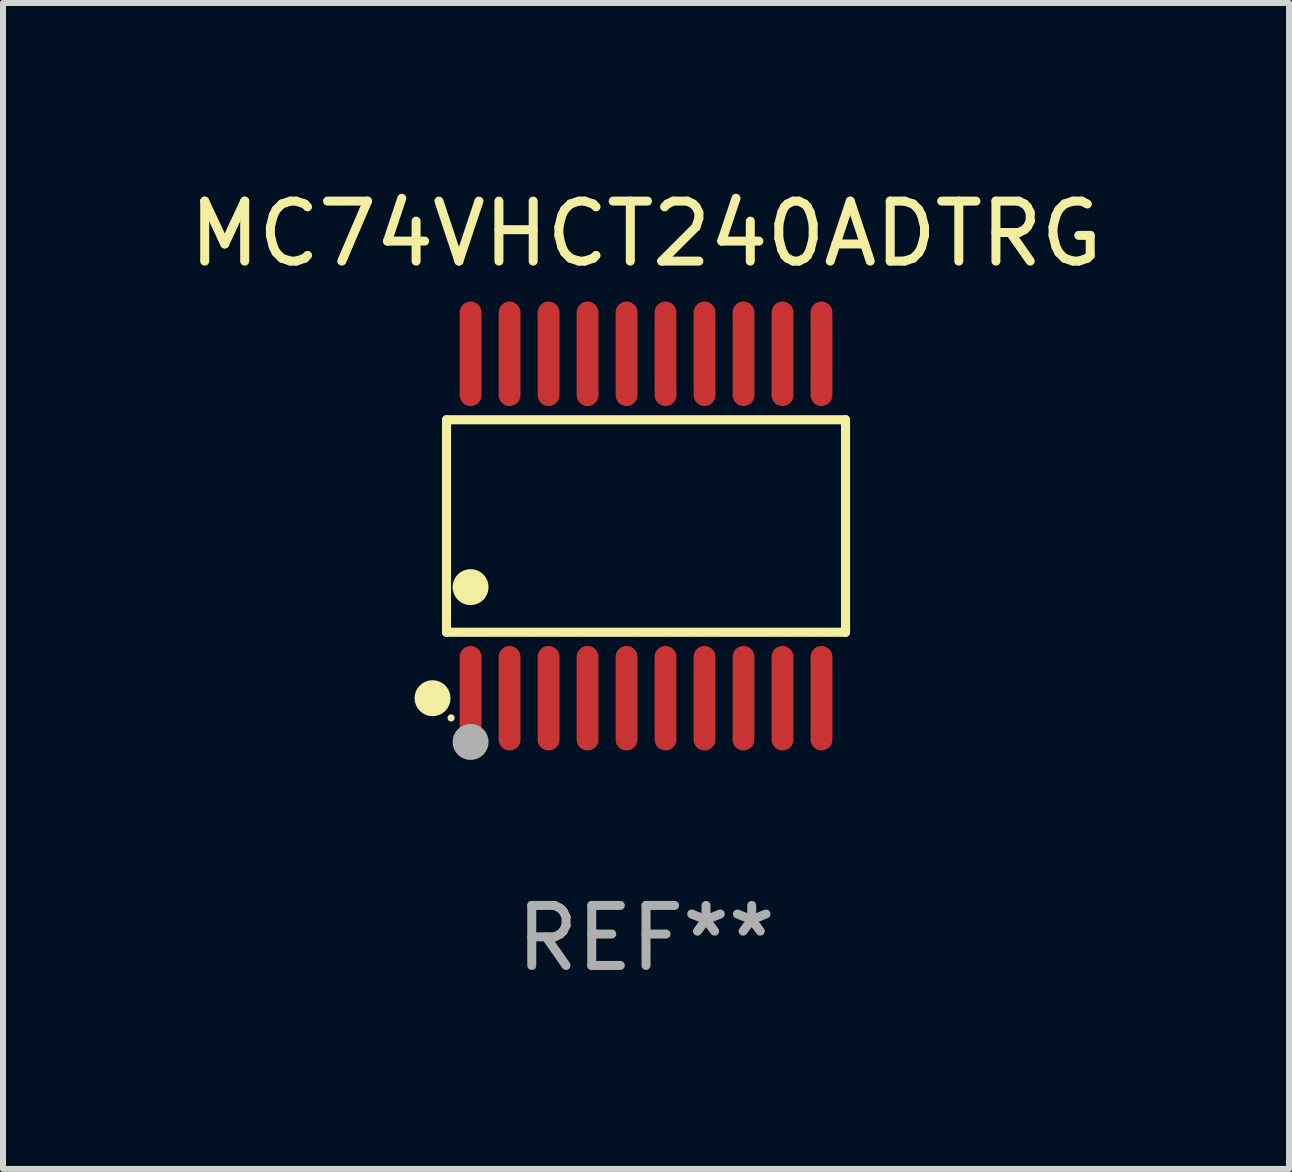
<source format=kicad_pcb>
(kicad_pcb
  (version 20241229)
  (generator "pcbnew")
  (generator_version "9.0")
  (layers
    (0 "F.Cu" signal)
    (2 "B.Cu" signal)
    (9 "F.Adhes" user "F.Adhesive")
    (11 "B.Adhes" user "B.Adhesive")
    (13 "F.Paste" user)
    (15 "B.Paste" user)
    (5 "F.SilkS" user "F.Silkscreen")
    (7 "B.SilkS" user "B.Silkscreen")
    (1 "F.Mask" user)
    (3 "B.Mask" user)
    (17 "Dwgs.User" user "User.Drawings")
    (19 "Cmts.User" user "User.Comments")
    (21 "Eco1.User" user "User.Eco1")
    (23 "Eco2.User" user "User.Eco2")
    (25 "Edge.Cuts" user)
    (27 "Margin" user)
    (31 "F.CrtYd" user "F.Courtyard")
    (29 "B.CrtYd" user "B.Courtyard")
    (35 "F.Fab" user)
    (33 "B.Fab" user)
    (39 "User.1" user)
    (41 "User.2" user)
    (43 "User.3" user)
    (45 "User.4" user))
  (footprint "MC74VHCT240ADTRG"
    (layer "F.Cu")
    (at 7.72 5.719)
    (property "Reference" "MC74VHCT240ADTRG" (at 0 -4.871 0) (layer "F.SilkS") (effects (font (size 1 1) (thickness 0.15))))
    (attr through_hole)
    (fp_line (start -3.326 -1.771) (end 3.326 -1.771) (stroke (width 0.152) (type solid)) (layer "F.SilkS"))
    (fp_line (start -3.326 1.771) (end -3.326 -1.771) (stroke (width 0.152) (type solid)) (layer "F.SilkS"))
    (fp_line (start 3.326 -1.771) (end 3.326 1.771) (stroke (width 0.152) (type solid)) (layer "F.SilkS"))
    (fp_line (start 3.326 1.771) (end -3.326 1.771) (stroke (width 0.152) (type solid)) (layer "F.SilkS"))
    (fp_circle (center -3.559 2.871) (end -3.409 2.871) (stroke (width 0.3) (type solid)) (fill no) (layer "F.SilkS"))
    (fp_circle (center -3.25 3.2) (end -3.22 3.2) (stroke (width 0.06) (type solid)) (fill no) (layer "F.SilkS"))
    (fp_circle (center -2.925 1.019) (end -2.775 1.019) (stroke (width 0.3) (type solid)) (fill no) (layer "F.SilkS"))
    (fp_circle (center -2.925 3.6) (end -2.775 3.6) (stroke (width 0.3) (type solid)) (fill no) (layer "F.Fab"))
    (fp_text user "REF**" (at 0 6.871 0) (layer "F.Fab") (effects (font (size 1 1) (thickness 0.15))))
    (pad "1" smd oval (at -2.925 2.871) (size 0.364 1.742) (layers "F.Cu" "F.Mask" "F.Paste"))
    (pad "2" smd oval (at -2.275 2.871) (size 0.364 1.742) (layers "F.Cu" "F.Mask" "F.Paste"))
    (pad "3" smd oval (at -1.625 2.871) (size 0.364 1.742) (layers "F.Cu" "F.Mask" "F.Paste"))
    (pad "4" smd oval (at -0.975 2.871) (size 0.364 1.742) (layers "F.Cu" "F.Mask" "F.Paste"))
    (pad "5" smd oval (at -0.325 2.871) (size 0.364 1.742) (layers "F.Cu" "F.Mask" "F.Paste"))
    (pad "6" smd oval (at 0.325 2.871) (size 0.364 1.742) (layers "F.Cu" "F.Mask" "F.Paste"))
    (pad "7" smd oval (at 0.975 2.871) (size 0.364 1.742) (layers "F.Cu" "F.Mask" "F.Paste"))
    (pad "8" smd oval (at 1.625 2.871) (size 0.364 1.742) (layers "F.Cu" "F.Mask" "F.Paste"))
    (pad "9" smd oval (at 2.275 2.871) (size 0.364 1.742) (layers "F.Cu" "F.Mask" "F.Paste"))
    (pad "10" smd oval (at 2.925 2.871) (size 0.364 1.742) (layers "F.Cu" "F.Mask" "F.Paste"))
    (pad "11" smd oval (at 2.925 -2.871) (size 0.364 1.742) (layers "F.Cu" "F.Mask" "F.Paste"))
    (pad "12" smd oval (at 2.275 -2.871) (size 0.364 1.742) (layers "F.Cu" "F.Mask" "F.Paste"))
    (pad "13" smd oval (at 1.625 -2.871) (size 0.364 1.742) (layers "F.Cu" "F.Mask" "F.Paste"))
    (pad "14" smd oval (at 0.975 -2.871) (size 0.364 1.742) (layers "F.Cu" "F.Mask" "F.Paste"))
    (pad "15" smd oval (at 0.325 -2.871) (size 0.364 1.742) (layers "F.Cu" "F.Mask" "F.Paste"))
    (pad "16" smd oval (at -0.325 -2.871) (size 0.364 1.742) (layers "F.Cu" "F.Mask" "F.Paste"))
    (pad "17" smd oval (at -0.975 -2.871) (size 0.364 1.742) (layers "F.Cu" "F.Mask" "F.Paste"))
    (pad "18" smd oval (at -1.625 -2.871) (size 0.364 1.742) (layers "F.Cu" "F.Mask" "F.Paste"))
    (pad "19" smd oval (at -2.275 -2.871) (size 0.364 1.742) (layers "F.Cu" "F.Mask" "F.Paste"))
    (pad "20" smd oval (at -2.925 -2.871) (size 0.364 1.742) (layers "F.Cu" "F.Mask" "F.Paste")))
  (gr_rect
    (start -3 -3)
    (end 18.44 16.438)
    (stroke (width 0.1) (type default))
    (fill no)
    (layer "Edge.Cuts")))
</source>
